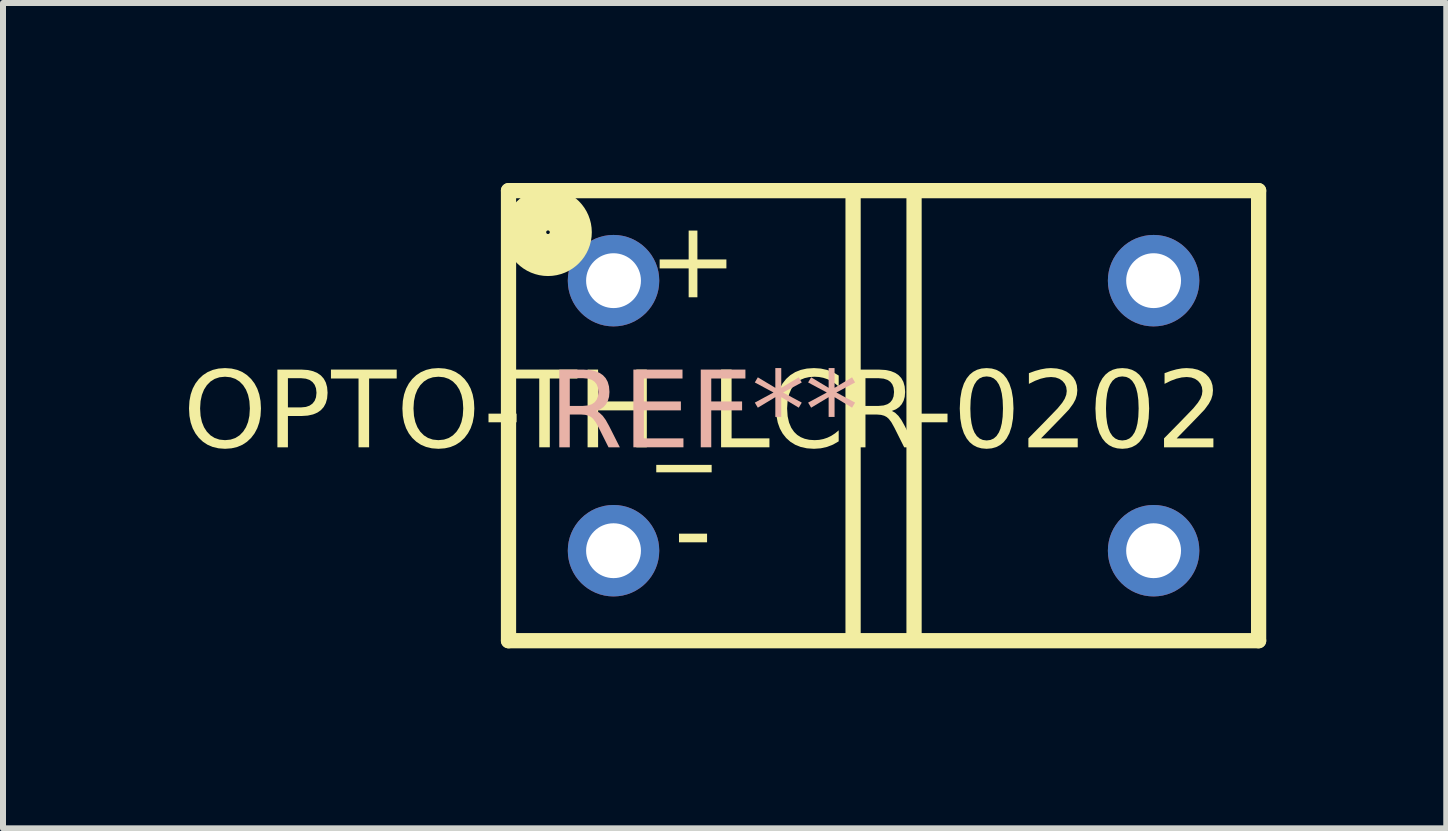
<source format=kicad_pcb>
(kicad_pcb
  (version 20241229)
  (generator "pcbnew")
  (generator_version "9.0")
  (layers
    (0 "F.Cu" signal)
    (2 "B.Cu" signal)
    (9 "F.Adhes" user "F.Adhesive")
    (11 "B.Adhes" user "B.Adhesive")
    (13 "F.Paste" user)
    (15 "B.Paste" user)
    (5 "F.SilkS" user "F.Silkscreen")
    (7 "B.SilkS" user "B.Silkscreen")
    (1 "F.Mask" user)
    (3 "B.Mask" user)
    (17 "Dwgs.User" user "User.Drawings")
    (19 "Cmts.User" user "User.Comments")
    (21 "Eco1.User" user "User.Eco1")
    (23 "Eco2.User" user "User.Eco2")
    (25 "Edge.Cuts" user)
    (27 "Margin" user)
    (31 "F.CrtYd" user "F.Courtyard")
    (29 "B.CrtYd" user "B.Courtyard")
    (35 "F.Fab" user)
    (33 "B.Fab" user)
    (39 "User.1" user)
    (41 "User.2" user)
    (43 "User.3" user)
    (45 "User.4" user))
  (footprint "OPTO-TH_LCR-0202"
    (layer "F.Cu")
    (at 11.674 3.877)
    (property "Reference" "OPTO-TH_LCR-0202" (at -3 0 0) (layer "F.SilkS") (effects (font (face "Milk Run") (size 1.27 1.27) (thickness 0.15))))
    (attr through_hole)
    (fp_line (start -6.25 -3.75) (end -6.25 3.75) (stroke (width 0.254) (type solid)) (layer "F.SilkS"))
    (fp_line (start -6.25 3.75) (end 6.25 3.75) (stroke (width 0.254) (type solid)) (layer "F.SilkS"))
    (fp_line (start -0.508 -3.713) (end -0.508 3.713) (stroke (width 0.254) (type solid)) (layer "F.SilkS"))
    (fp_line (start 0.508 -3.744) (end 0.508 3.683) (stroke (width 0.254) (type solid)) (layer "F.SilkS"))
    (fp_line (start 6.25 -3.75) (end -6.25 -3.75) (stroke (width 0.254) (type solid)) (layer "F.SilkS"))
    (fp_line (start 6.25 3.75) (end 6.25 -3.75) (stroke (width 0.254) (type solid)) (layer "F.SilkS"))
    (fp_circle (center -5.592 -3.057) (end -5.562 -3.057) (stroke (width 0.7) (type solid)) (fill no) (layer "F.SilkS"))
    (fp_text user "-" (at -3.175 2 0) (unlocked yes) (layer "F.SilkS") (effects (font (face "Milk Run") (size 1.27 1.27) (thickness 0.1))))
    (fp_text user "+" (at -3.175 -2.5 0) (unlocked yes) (layer "F.SilkS") (effects (font (face "Milk Run") (size 1.27 1.27) (thickness 0.1))))
    (fp_text user "REF**" (at -3 0 0) (layer "B.SilkS") (effects (font (face "Milk Run") (size 1.27 1.27) (thickness 0.15))))
    (pad "1" thru_hole circle (at -4.5 -2.25) (size 1.524 1.524) (drill 0.914) (layers "*.Cu" "*.Mask"))
    (pad "2" thru_hole circle (at -4.5 2.25) (size 1.524 1.524) (drill 0.914) (layers "*.Cu" "*.Mask"))
    (pad "3" thru_hole circle (at 4.5 2.25) (size 1.524 1.524) (drill 0.914) (layers "*.Cu" "*.Mask"))
    (pad "4" thru_hole circle (at 4.5 -2.25) (size 1.524 1.524) (drill 0.914) (layers "*.Cu" "*.Mask")))
  (gr_rect
    (start -3 -3)
    (end 21.051 10.754)
    (stroke (width 0.1) (type default))
    (fill no)
    (layer "Edge.Cuts")))
</source>
